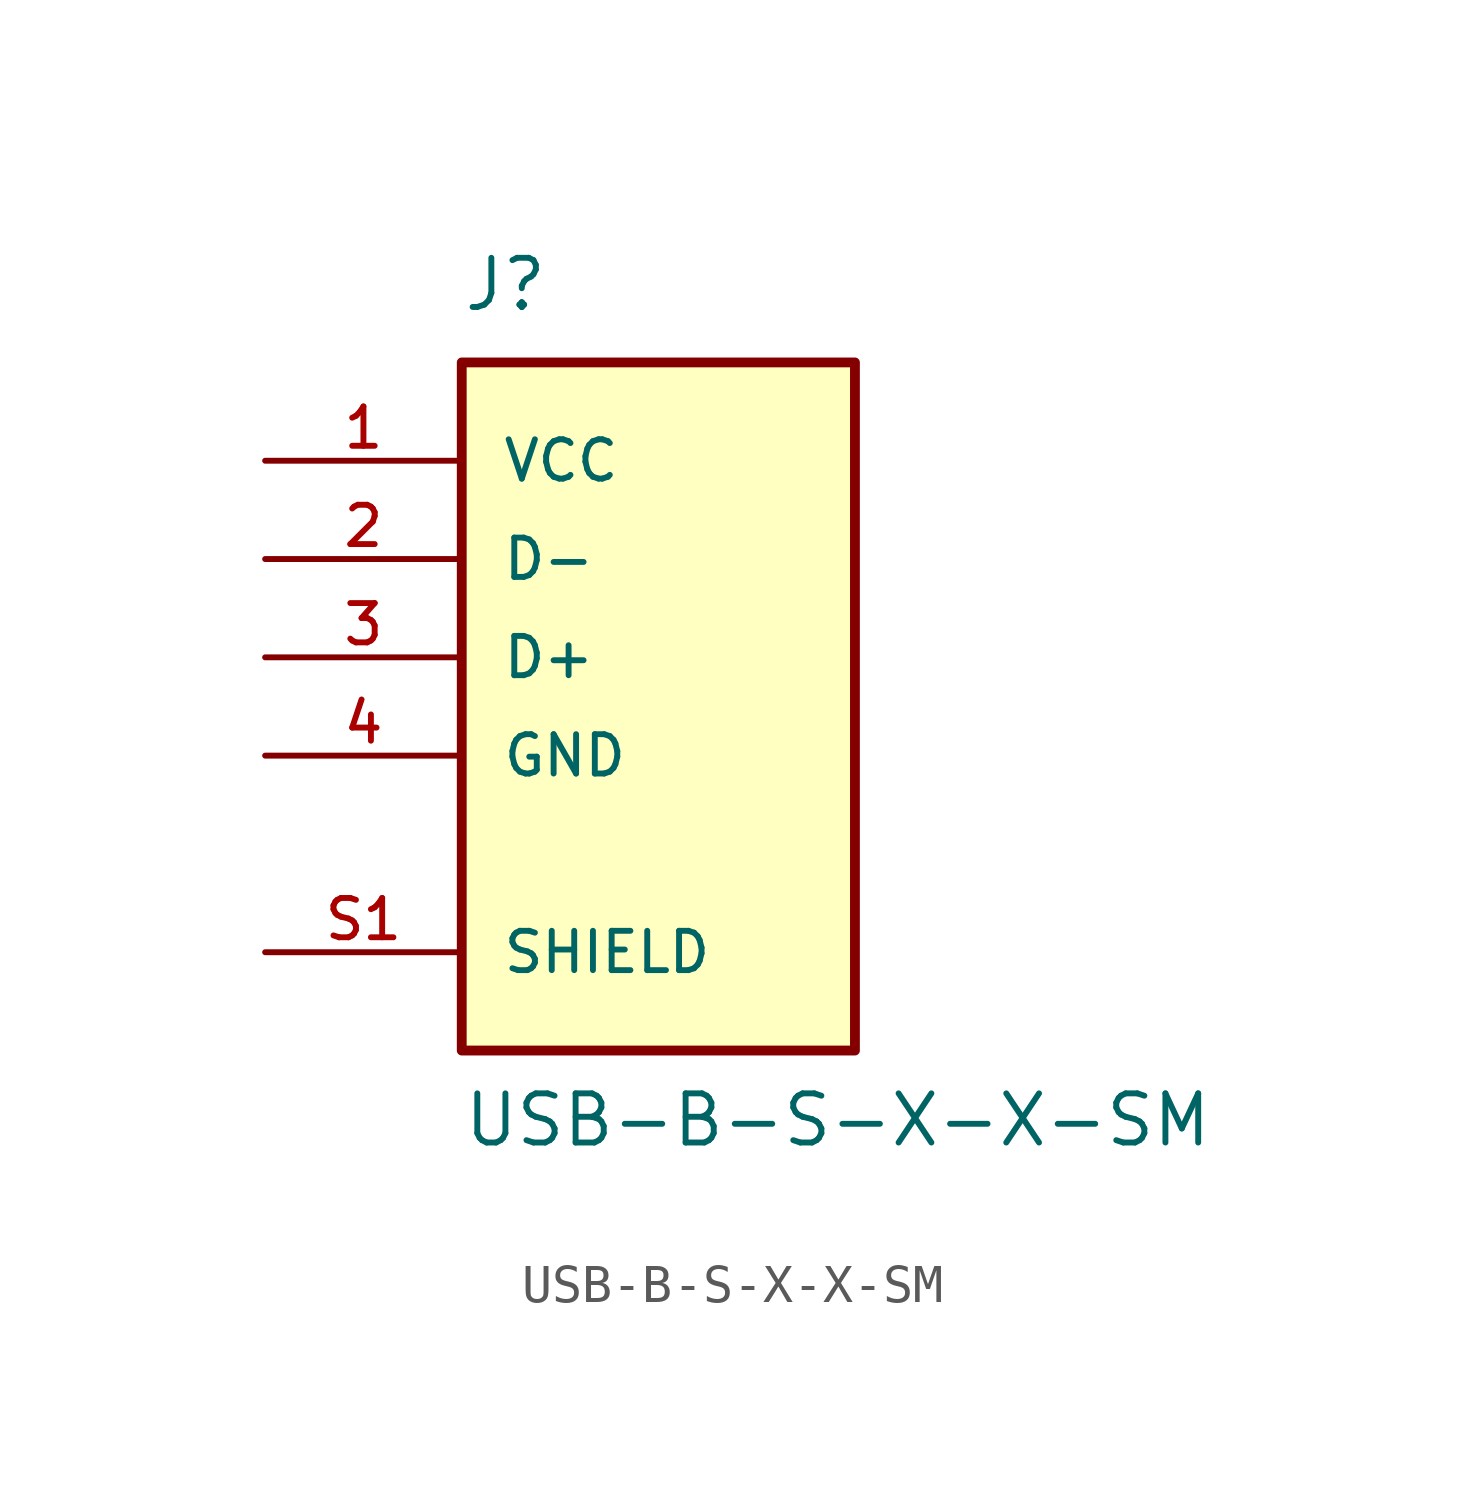
<source format=kicad_sym>
(kicad_symbol_lib
  (version 20211014)
  (generator kicad_symbol_editor)
  (symbol "USB-B-S-X-X-SM"
    (pin_names
      (offset 1.016))
    (property "Reference" "J"
      (at -5.08 8.89 0)
      (effects (font (size 1.27 1.27)) (justify bottom left)))
    (property "Value" "USB-B-S-X-X-SM"
      (at -5.08 -12.7 0)
      (effects (font (size 1.27 1.27)) (justify bottom left)))
    (symbol "USB-B-S-X-X-SM_0_0"
      (rectangle (start -5.08 -10.16) (end 5.08 7.62) (stroke (width 0.254)) (fill (type background)))
      (pin power_in line (at -10.16 5.08 0) (length 5.08) (name "VCC" (effects (font (size 1.016 1.016)))) (number "1" (effects (font (size 1.016 1.016)))))
      (pin bidirectional line (at -10.16 2.54 0) (length 5.08) (name "D-" (effects (font (size 1.016 1.016)))) (number "2" (effects (font (size 1.016 1.016)))))
      (pin bidirectional line (at -10.16 0.0 0) (length 5.08) (name "D+" (effects (font (size 1.016 1.016)))) (number "3" (effects (font (size 1.016 1.016)))))
      (pin power_in line (at -10.16 -2.54 0) (length 5.08) (name "GND" (effects (font (size 1.016 1.016)))) (number "4" (effects (font (size 1.016 1.016)))))
      (pin passive line (at -10.16 -7.62 0) (length 5.08) (name "SHIELD" (effects (font (size 1.016 1.016)))) (number "S1" (effects (font (size 1.016 1.016)))))
      (pin passive line (at -10.16 -7.62 0) (length 5.08) hide (name "SHIELD" (effects (font (size 1.016 1.016)))) (number "S2" (effects (font (size 1.016 1.016))))))))
</source>
